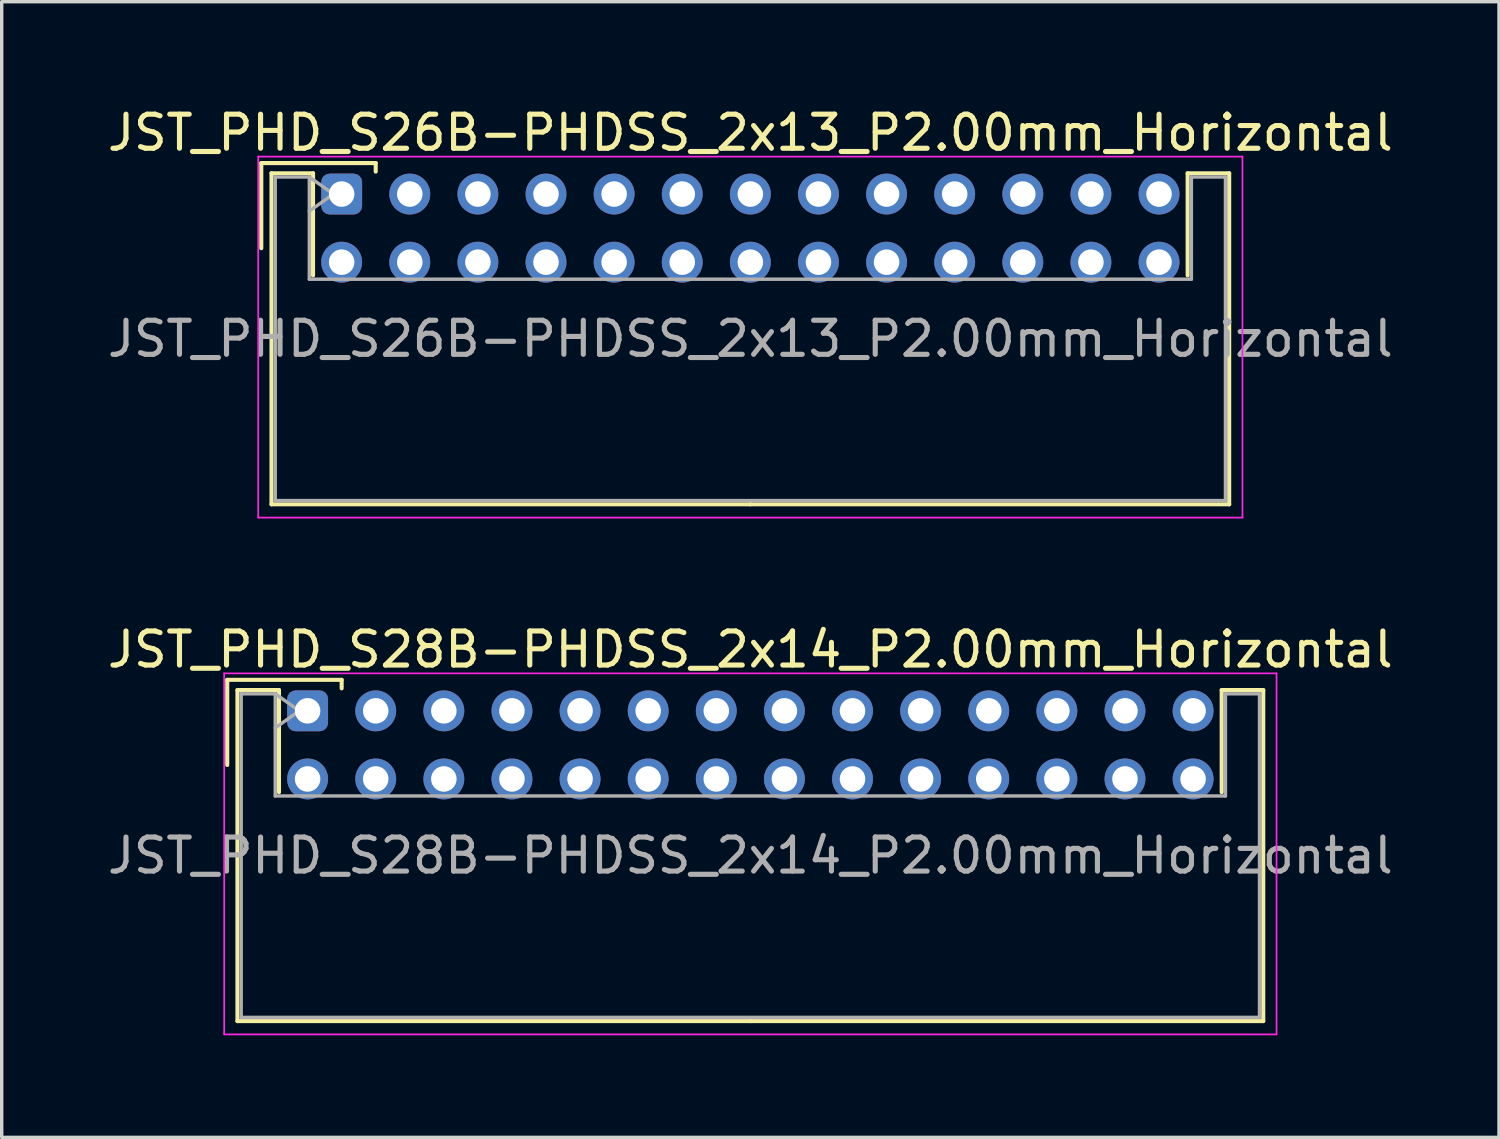
<source format=kicad_pcb>
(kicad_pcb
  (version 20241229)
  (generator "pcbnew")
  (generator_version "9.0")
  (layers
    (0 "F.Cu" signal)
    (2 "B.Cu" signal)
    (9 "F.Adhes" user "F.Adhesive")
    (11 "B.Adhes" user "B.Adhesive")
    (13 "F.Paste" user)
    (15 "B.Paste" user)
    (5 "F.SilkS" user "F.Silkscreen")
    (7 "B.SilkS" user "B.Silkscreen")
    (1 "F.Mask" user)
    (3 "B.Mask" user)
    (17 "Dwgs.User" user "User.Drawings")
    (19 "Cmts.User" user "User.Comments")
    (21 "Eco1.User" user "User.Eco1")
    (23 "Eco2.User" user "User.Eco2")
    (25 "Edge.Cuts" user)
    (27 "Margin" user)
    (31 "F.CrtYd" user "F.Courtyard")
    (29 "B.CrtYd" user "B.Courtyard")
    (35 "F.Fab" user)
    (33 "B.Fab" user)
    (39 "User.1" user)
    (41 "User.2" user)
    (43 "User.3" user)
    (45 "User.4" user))
  (footprint "JST_PHD_S28B-PHDSS_2x14_P2.00mm_Horizontal"
    (layer "F.Cu")
    (at 5.982 17.822)
    (property "Reference" "JST_PHD_S28B-PHDSS_2x14_P2.00mm_Horizontal" (at 13 -1.8 0) (layer "F.SilkS") (effects (font (size 1 1) (thickness 0.15))))
    (attr through_hole)
    (fp_line (start -2.36 -0.91) (end -2.36 1.59) (stroke (width 0.12) (type solid)) (layer "F.SilkS"))
    (fp_line (start -2.06 -0.61) (end -2.06 9.11) (stroke (width 0.12) (type solid)) (layer "F.SilkS"))
    (fp_line (start -2.06 9.11) (end 13 9.11) (stroke (width 0.12) (type solid)) (layer "F.SilkS"))
    (fp_line (start -0.84 -0.61) (end -2.06 -0.61) (stroke (width 0.12) (type solid)) (layer "F.SilkS"))
    (fp_line (start -0.84 2.39) (end -0.84 -0.61) (stroke (width 0.12) (type solid)) (layer "F.SilkS"))
    (fp_line (start 1 -0.91) (end -2.36 -0.91) (stroke (width 0.12) (type solid)) (layer "F.SilkS"))
    (fp_line (start 1 -0.66) (end 1 -0.91) (stroke (width 0.12) (type solid)) (layer "F.SilkS"))
    (fp_line (start 26.84 -0.61) (end 28.06 -0.61) (stroke (width 0.12) (type solid)) (layer "F.SilkS"))
    (fp_line (start 26.84 2.39) (end 26.84 -0.61) (stroke (width 0.12) (type solid)) (layer "F.SilkS"))
    (fp_line (start 28.06 -0.61) (end 28.06 9.11) (stroke (width 0.12) (type solid)) (layer "F.SilkS"))
    (fp_line (start 28.06 9.11) (end 13 9.11) (stroke (width 0.12) (type solid)) (layer "F.SilkS"))
    (fp_line (start -2.45 -1.1) (end -2.45 9.5) (stroke (width 0.05) (type solid)) (layer "F.CrtYd"))
    (fp_line (start -2.45 9.5) (end 28.45 9.5) (stroke (width 0.05) (type solid)) (layer "F.CrtYd"))
    (fp_line (start 28.45 -1.1) (end -2.45 -1.1) (stroke (width 0.05) (type solid)) (layer "F.CrtYd"))
    (fp_line (start 28.45 9.5) (end 28.45 -1.1) (stroke (width 0.05) (type solid)) (layer "F.CrtYd"))
    (fp_line (start -1.95 -0.5) (end -0.95 -0.5) (stroke (width 0.1) (type solid)) (layer "F.Fab"))
    (fp_line (start -1.95 9) (end -1.95 -0.5) (stroke (width 0.1) (type solid)) (layer "F.Fab"))
    (fp_line (start -0.95 -0.5) (end -0.95 2.5) (stroke (width 0.1) (type solid)) (layer "F.Fab"))
    (fp_line (start -0.95 -0.5) (end -0.243 0) (stroke (width 0.1) (type solid)) (layer "F.Fab"))
    (fp_line (start -0.95 2.5) (end 26.95 2.5) (stroke (width 0.1) (type solid)) (layer "F.Fab"))
    (fp_line (start -0.243 0) (end -0.95 0.5) (stroke (width 0.1) (type solid)) (layer "F.Fab"))
    (fp_line (start 26.95 -0.5) (end 27.95 -0.5) (stroke (width 0.1) (type solid)) (layer "F.Fab"))
    (fp_line (start 26.95 2.5) (end 26.95 -0.5) (stroke (width 0.1) (type solid)) (layer "F.Fab"))
    (fp_line (start 27.95 -0.5) (end 27.95 9) (stroke (width 0.1) (type solid)) (layer "F.Fab"))
    (fp_line (start 27.95 9) (end -1.95 9) (stroke (width 0.1) (type solid)) (layer "F.Fab"))
    (fp_text user "${REFERENCE}" (at 13 4.25 0) (layer "F.Fab") (effects (font (size 1 1) (thickness 0.15))))
    (pad "1" thru_hole roundrect (at 0 0) (size 1.2 1.2) (drill 0.75) (layers "*.Cu" "*.Mask") (roundrect_rratio 0.208))
    (pad "2" thru_hole circle (at 0 2) (size 1.2 1.2) (drill 0.75) (layers "*.Cu" "*.Mask"))
    (pad "3" thru_hole circle (at 2 0) (size 1.2 1.2) (drill 0.75) (layers "*.Cu" "*.Mask"))
    (pad "4" thru_hole circle (at 2 2) (size 1.2 1.2) (drill 0.75) (layers "*.Cu" "*.Mask"))
    (pad "5" thru_hole circle (at 4 0) (size 1.2 1.2) (drill 0.75) (layers "*.Cu" "*.Mask"))
    (pad "6" thru_hole circle (at 4 2) (size 1.2 1.2) (drill 0.75) (layers "*.Cu" "*.Mask"))
    (pad "7" thru_hole circle (at 6 0) (size 1.2 1.2) (drill 0.75) (layers "*.Cu" "*.Mask"))
    (pad "8" thru_hole circle (at 6 2) (size 1.2 1.2) (drill 0.75) (layers "*.Cu" "*.Mask"))
    (pad "9" thru_hole circle (at 8 0) (size 1.2 1.2) (drill 0.75) (layers "*.Cu" "*.Mask"))
    (pad "10" thru_hole circle (at 8 2) (size 1.2 1.2) (drill 0.75) (layers "*.Cu" "*.Mask"))
    (pad "11" thru_hole circle (at 10 0) (size 1.2 1.2) (drill 0.75) (layers "*.Cu" "*.Mask"))
    (pad "12" thru_hole circle (at 10 2) (size 1.2 1.2) (drill 0.75) (layers "*.Cu" "*.Mask"))
    (pad "13" thru_hole circle (at 12 0) (size 1.2 1.2) (drill 0.75) (layers "*.Cu" "*.Mask"))
    (pad "14" thru_hole circle (at 12 2) (size 1.2 1.2) (drill 0.75) (layers "*.Cu" "*.Mask"))
    (pad "15" thru_hole circle (at 14 0) (size 1.2 1.2) (drill 0.75) (layers "*.Cu" "*.Mask"))
    (pad "16" thru_hole circle (at 14 2) (size 1.2 1.2) (drill 0.75) (layers "*.Cu" "*.Mask"))
    (pad "17" thru_hole circle (at 16 0) (size 1.2 1.2) (drill 0.75) (layers "*.Cu" "*.Mask"))
    (pad "18" thru_hole circle (at 16 2) (size 1.2 1.2) (drill 0.75) (layers "*.Cu" "*.Mask"))
    (pad "19" thru_hole circle (at 18 0) (size 1.2 1.2) (drill 0.75) (layers "*.Cu" "*.Mask"))
    (pad "20" thru_hole circle (at 18 2) (size 1.2 1.2) (drill 0.75) (layers "*.Cu" "*.Mask"))
    (pad "21" thru_hole circle (at 20 0) (size 1.2 1.2) (drill 0.75) (layers "*.Cu" "*.Mask"))
    (pad "22" thru_hole circle (at 20 2) (size 1.2 1.2) (drill 0.75) (layers "*.Cu" "*.Mask"))
    (pad "23" thru_hole circle (at 22 0) (size 1.2 1.2) (drill 0.75) (layers "*.Cu" "*.Mask"))
    (pad "24" thru_hole circle (at 22 2) (size 1.2 1.2) (drill 0.75) (layers "*.Cu" "*.Mask"))
    (pad "25" thru_hole circle (at 24 0) (size 1.2 1.2) (drill 0.75) (layers "*.Cu" "*.Mask"))
    (pad "26" thru_hole circle (at 24 2) (size 1.2 1.2) (drill 0.75) (layers "*.Cu" "*.Mask"))
    (pad "27" thru_hole circle (at 26 0) (size 1.2 1.2) (drill 0.75) (layers "*.Cu" "*.Mask"))
    (pad "28" thru_hole circle (at 26 2) (size 1.2 1.2) (drill 0.75) (layers "*.Cu" "*.Mask")))
  (footprint "JST_PHD_S26B-PHDSS_2x13_P2.00mm_Horizontal"
    (layer "F.Cu")
    (at 6.982 2.648)
    (property "Reference" "JST_PHD_S26B-PHDSS_2x13_P2.00mm_Horizontal" (at 12 -1.8 0) (layer "F.SilkS") (effects (font (size 1 1) (thickness 0.15))))
    (attr through_hole)
    (fp_line (start -2.36 -0.91) (end -2.36 1.59) (stroke (width 0.12) (type solid)) (layer "F.SilkS"))
    (fp_line (start -2.06 -0.61) (end -2.06 9.11) (stroke (width 0.12) (type solid)) (layer "F.SilkS"))
    (fp_line (start -2.06 9.11) (end 12 9.11) (stroke (width 0.12) (type solid)) (layer "F.SilkS"))
    (fp_line (start -0.84 -0.61) (end -2.06 -0.61) (stroke (width 0.12) (type solid)) (layer "F.SilkS"))
    (fp_line (start -0.84 2.39) (end -0.84 -0.61) (stroke (width 0.12) (type solid)) (layer "F.SilkS"))
    (fp_line (start 1 -0.91) (end -2.36 -0.91) (stroke (width 0.12) (type solid)) (layer "F.SilkS"))
    (fp_line (start 1 -0.66) (end 1 -0.91) (stroke (width 0.12) (type solid)) (layer "F.SilkS"))
    (fp_line (start 24.84 -0.61) (end 26.06 -0.61) (stroke (width 0.12) (type solid)) (layer "F.SilkS"))
    (fp_line (start 24.84 2.39) (end 24.84 -0.61) (stroke (width 0.12) (type solid)) (layer "F.SilkS"))
    (fp_line (start 26.06 -0.61) (end 26.06 9.11) (stroke (width 0.12) (type solid)) (layer "F.SilkS"))
    (fp_line (start 26.06 9.11) (end 12 9.11) (stroke (width 0.12) (type solid)) (layer "F.SilkS"))
    (fp_line (start -2.45 -1.1) (end -2.45 9.5) (stroke (width 0.05) (type solid)) (layer "F.CrtYd"))
    (fp_line (start -2.45 9.5) (end 26.45 9.5) (stroke (width 0.05) (type solid)) (layer "F.CrtYd"))
    (fp_line (start 26.45 -1.1) (end -2.45 -1.1) (stroke (width 0.05) (type solid)) (layer "F.CrtYd"))
    (fp_line (start 26.45 9.5) (end 26.45 -1.1) (stroke (width 0.05) (type solid)) (layer "F.CrtYd"))
    (fp_line (start -1.95 -0.5) (end -0.95 -0.5) (stroke (width 0.1) (type solid)) (layer "F.Fab"))
    (fp_line (start -1.95 9) (end -1.95 -0.5) (stroke (width 0.1) (type solid)) (layer "F.Fab"))
    (fp_line (start -0.95 -0.5) (end -0.95 2.5) (stroke (width 0.1) (type solid)) (layer "F.Fab"))
    (fp_line (start -0.95 -0.5) (end -0.243 0) (stroke (width 0.1) (type solid)) (layer "F.Fab"))
    (fp_line (start -0.95 2.5) (end 24.95 2.5) (stroke (width 0.1) (type solid)) (layer "F.Fab"))
    (fp_line (start -0.243 0) (end -0.95 0.5) (stroke (width 0.1) (type solid)) (layer "F.Fab"))
    (fp_line (start 24.95 -0.5) (end 25.95 -0.5) (stroke (width 0.1) (type solid)) (layer "F.Fab"))
    (fp_line (start 24.95 2.5) (end 24.95 -0.5) (stroke (width 0.1) (type solid)) (layer "F.Fab"))
    (fp_line (start 25.95 -0.5) (end 25.95 9) (stroke (width 0.1) (type solid)) (layer "F.Fab"))
    (fp_line (start 25.95 9) (end -1.95 9) (stroke (width 0.1) (type solid)) (layer "F.Fab"))
    (fp_text user "${REFERENCE}" (at 12 4.25 0) (layer "F.Fab") (effects (font (size 1 1) (thickness 0.15))))
    (pad "1" thru_hole roundrect (at 0 0) (size 1.2 1.2) (drill 0.75) (layers "*.Cu" "*.Mask") (roundrect_rratio 0.208))
    (pad "2" thru_hole circle (at 0 2) (size 1.2 1.2) (drill 0.75) (layers "*.Cu" "*.Mask"))
    (pad "3" thru_hole circle (at 2 0) (size 1.2 1.2) (drill 0.75) (layers "*.Cu" "*.Mask"))
    (pad "4" thru_hole circle (at 2 2) (size 1.2 1.2) (drill 0.75) (layers "*.Cu" "*.Mask"))
    (pad "5" thru_hole circle (at 4 0) (size 1.2 1.2) (drill 0.75) (layers "*.Cu" "*.Mask"))
    (pad "6" thru_hole circle (at 4 2) (size 1.2 1.2) (drill 0.75) (layers "*.Cu" "*.Mask"))
    (pad "7" thru_hole circle (at 6 0) (size 1.2 1.2) (drill 0.75) (layers "*.Cu" "*.Mask"))
    (pad "8" thru_hole circle (at 6 2) (size 1.2 1.2) (drill 0.75) (layers "*.Cu" "*.Mask"))
    (pad "9" thru_hole circle (at 8 0) (size 1.2 1.2) (drill 0.75) (layers "*.Cu" "*.Mask"))
    (pad "10" thru_hole circle (at 8 2) (size 1.2 1.2) (drill 0.75) (layers "*.Cu" "*.Mask"))
    (pad "11" thru_hole circle (at 10 0) (size 1.2 1.2) (drill 0.75) (layers "*.Cu" "*.Mask"))
    (pad "12" thru_hole circle (at 10 2) (size 1.2 1.2) (drill 0.75) (layers "*.Cu" "*.Mask"))
    (pad "13" thru_hole circle (at 12 0) (size 1.2 1.2) (drill 0.75) (layers "*.Cu" "*.Mask"))
    (pad "14" thru_hole circle (at 12 2) (size 1.2 1.2) (drill 0.75) (layers "*.Cu" "*.Mask"))
    (pad "15" thru_hole circle (at 14 0) (size 1.2 1.2) (drill 0.75) (layers "*.Cu" "*.Mask"))
    (pad "16" thru_hole circle (at 14 2) (size 1.2 1.2) (drill 0.75) (layers "*.Cu" "*.Mask"))
    (pad "17" thru_hole circle (at 16 0) (size 1.2 1.2) (drill 0.75) (layers "*.Cu" "*.Mask"))
    (pad "18" thru_hole circle (at 16 2) (size 1.2 1.2) (drill 0.75) (layers "*.Cu" "*.Mask"))
    (pad "19" thru_hole circle (at 18 0) (size 1.2 1.2) (drill 0.75) (layers "*.Cu" "*.Mask"))
    (pad "20" thru_hole circle (at 18 2) (size 1.2 1.2) (drill 0.75) (layers "*.Cu" "*.Mask"))
    (pad "21" thru_hole circle (at 20 0) (size 1.2 1.2) (drill 0.75) (layers "*.Cu" "*.Mask"))
    (pad "22" thru_hole circle (at 20 2) (size 1.2 1.2) (drill 0.75) (layers "*.Cu" "*.Mask"))
    (pad "23" thru_hole circle (at 22 0) (size 1.2 1.2) (drill 0.75) (layers "*.Cu" "*.Mask"))
    (pad "24" thru_hole circle (at 22 2) (size 1.2 1.2) (drill 0.75) (layers "*.Cu" "*.Mask"))
    (pad "25" thru_hole circle (at 24 0) (size 1.2 1.2) (drill 0.75) (layers "*.Cu" "*.Mask"))
    (pad "26" thru_hole circle (at 24 2) (size 1.2 1.2) (drill 0.75) (layers "*.Cu" "*.Mask")))
  (gr_rect
    (start -3 -3)
    (end 40.964 30.346)
    (stroke (width 0.1) (type default))
    (fill no)
    (layer "Edge.Cuts")))
</source>
